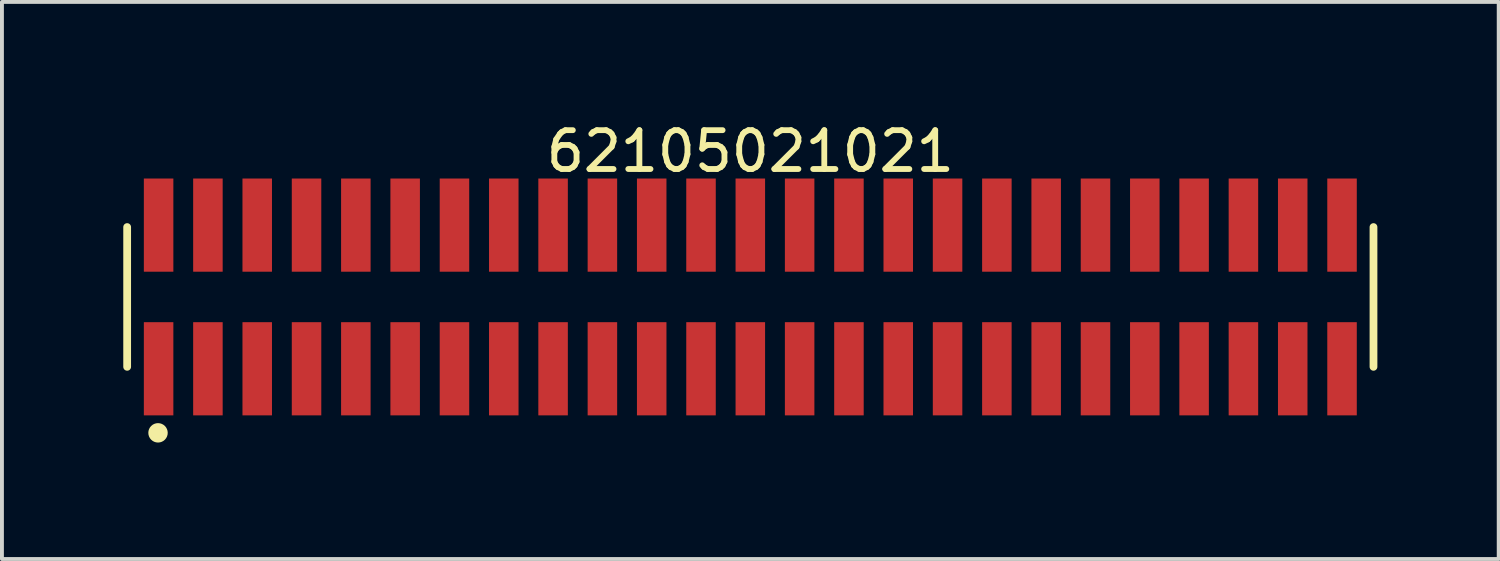
<source format=kicad_pcb>
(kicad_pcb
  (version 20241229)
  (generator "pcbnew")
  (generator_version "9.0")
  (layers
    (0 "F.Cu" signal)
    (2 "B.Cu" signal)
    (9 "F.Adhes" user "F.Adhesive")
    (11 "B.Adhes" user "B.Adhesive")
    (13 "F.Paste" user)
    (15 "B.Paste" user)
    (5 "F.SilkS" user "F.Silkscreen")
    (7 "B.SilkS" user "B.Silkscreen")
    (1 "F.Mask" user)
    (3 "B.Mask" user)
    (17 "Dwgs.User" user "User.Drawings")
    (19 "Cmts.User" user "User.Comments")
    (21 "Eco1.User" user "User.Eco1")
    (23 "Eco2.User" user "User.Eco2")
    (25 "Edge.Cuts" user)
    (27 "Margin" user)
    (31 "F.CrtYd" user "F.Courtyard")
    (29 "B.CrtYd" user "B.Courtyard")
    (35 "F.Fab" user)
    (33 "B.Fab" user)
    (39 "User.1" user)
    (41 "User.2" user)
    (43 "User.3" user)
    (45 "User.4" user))
  (footprint "62105021021"
    (layer "F.Cu")
    (at 16.275 4.598)
    (property "Reference" "62105021021" (at 0 -3.75 0) (layer "F.SilkS") (effects (font (size 1 1) (thickness 0.15))))
    (fp_line (start -16.05 1.8) (end -16.05 -1.8) (stroke (width 0.2) (type solid)) (layer "F.SilkS"))
    (fp_line (start 16.05 1.8) (end 16.05 -1.8) (stroke (width 0.2) (type solid)) (layer "F.SilkS"))
    (fp_circle (center -15.255 3.5) (end -15.255 3.375) (stroke (width 0.25) (type solid)) (fill no) (layer "F.SilkS"))
    (fp_line (start -16.25 -3.25) (end 16.25 -3.25) (stroke (width 0.05) (type solid)) (layer "Eco2.User"))
    (fp_line (start -16.25 3.25) (end -16.25 -3.25) (stroke (width 0.05) (type solid)) (layer "Eco2.User"))
    (fp_line (start -16.25 3.25) (end 16.25 3.25) (stroke (width 0.05) (type solid)) (layer "Eco2.User"))
    (fp_line (start -15.875 -1.7) (end 15.875 -1.7) (stroke (width 0.1) (type solid)) (layer "Eco2.User"))
    (fp_line (start -15.875 1.7) (end -15.875 -1.7) (stroke (width 0.1) (type solid)) (layer "Eco2.User"))
    (fp_line (start -15.875 1.7) (end 15.875 1.7) (stroke (width 0.1) (type solid)) (layer "Eco2.User"))
    (fp_line (start -15.44 -2.5) (end -15.04 -2.5) (stroke (width 0.1) (type solid)) (layer "Eco2.User"))
    (fp_line (start -15.44 -1.7) (end -15.44 -2.5) (stroke (width 0.1) (type solid)) (layer "Eco2.User"))
    (fp_line (start -15.44 2.5) (end -15.44 1.7) (stroke (width 0.1) (type solid)) (layer "Eco2.User"))
    (fp_line (start -15.44 2.5) (end -15.04 2.5) (stroke (width 0.1) (type solid)) (layer "Eco2.User"))
    (fp_line (start -15.04 -1.7) (end -15.04 -2.5) (stroke (width 0.1) (type solid)) (layer "Eco2.User"))
    (fp_line (start -15.04 2.5) (end -15.04 1.7) (stroke (width 0.1) (type solid)) (layer "Eco2.User"))
    (fp_line (start -14.17 -2.5) (end -13.77 -2.5) (stroke (width 0.1) (type solid)) (layer "Eco2.User"))
    (fp_line (start -14.17 -1.7) (end -14.17 -2.5) (stroke (width 0.1) (type solid)) (layer "Eco2.User"))
    (fp_line (start -14.17 2.5) (end -14.17 1.7) (stroke (width 0.1) (type solid)) (layer "Eco2.User"))
    (fp_line (start -14.17 2.5) (end -13.77 2.5) (stroke (width 0.1) (type solid)) (layer "Eco2.User"))
    (fp_line (start -13.77 -1.7) (end -13.77 -2.5) (stroke (width 0.1) (type solid)) (layer "Eco2.User"))
    (fp_line (start -13.77 2.5) (end -13.77 1.7) (stroke (width 0.1) (type solid)) (layer "Eco2.User"))
    (fp_line (start -12.9 -2.5) (end -12.5 -2.5) (stroke (width 0.1) (type solid)) (layer "Eco2.User"))
    (fp_line (start -12.9 -1.7) (end -12.9 -2.5) (stroke (width 0.1) (type solid)) (layer "Eco2.User"))
    (fp_line (start -12.9 2.5) (end -12.9 1.7) (stroke (width 0.1) (type solid)) (layer "Eco2.User"))
    (fp_line (start -12.9 2.5) (end -12.5 2.5) (stroke (width 0.1) (type solid)) (layer "Eco2.User"))
    (fp_line (start -12.5 -1.7) (end -12.5 -2.5) (stroke (width 0.1) (type solid)) (layer "Eco2.User"))
    (fp_line (start -12.5 2.5) (end -12.5 1.7) (stroke (width 0.1) (type solid)) (layer "Eco2.User"))
    (fp_line (start -11.63 -2.5) (end -11.23 -2.5) (stroke (width 0.1) (type solid)) (layer "Eco2.User"))
    (fp_line (start -11.63 -1.7) (end -11.63 -2.5) (stroke (width 0.1) (type solid)) (layer "Eco2.User"))
    (fp_line (start -11.63 2.5) (end -11.63 1.7) (stroke (width 0.1) (type solid)) (layer "Eco2.User"))
    (fp_line (start -11.63 2.5) (end -11.23 2.5) (stroke (width 0.1) (type solid)) (layer "Eco2.User"))
    (fp_line (start -11.23 -1.7) (end -11.23 -2.5) (stroke (width 0.1) (type solid)) (layer "Eco2.User"))
    (fp_line (start -11.23 2.5) (end -11.23 1.7) (stroke (width 0.1) (type solid)) (layer "Eco2.User"))
    (fp_line (start -10.36 -2.5) (end -9.96 -2.5) (stroke (width 0.1) (type solid)) (layer "Eco2.User"))
    (fp_line (start -10.36 -1.7) (end -10.36 -2.5) (stroke (width 0.1) (type solid)) (layer "Eco2.User"))
    (fp_line (start -10.36 2.5) (end -10.36 1.7) (stroke (width 0.1) (type solid)) (layer "Eco2.User"))
    (fp_line (start -10.36 2.5) (end -9.96 2.5) (stroke (width 0.1) (type solid)) (layer "Eco2.User"))
    (fp_line (start -9.96 -1.7) (end -9.96 -2.5) (stroke (width 0.1) (type solid)) (layer "Eco2.User"))
    (fp_line (start -9.96 2.5) (end -9.96 1.7) (stroke (width 0.1) (type solid)) (layer "Eco2.User"))
    (fp_line (start -9.09 -2.5) (end -8.69 -2.5) (stroke (width 0.1) (type solid)) (layer "Eco2.User"))
    (fp_line (start -9.09 -1.7) (end -9.09 -2.5) (stroke (width 0.1) (type solid)) (layer "Eco2.User"))
    (fp_line (start -9.09 2.5) (end -9.09 1.7) (stroke (width 0.1) (type solid)) (layer "Eco2.User"))
    (fp_line (start -9.09 2.5) (end -8.69 2.5) (stroke (width 0.1) (type solid)) (layer "Eco2.User"))
    (fp_line (start -8.69 -1.7) (end -8.69 -2.5) (stroke (width 0.1) (type solid)) (layer "Eco2.User"))
    (fp_line (start -8.69 2.5) (end -8.69 1.7) (stroke (width 0.1) (type solid)) (layer "Eco2.User"))
    (fp_line (start -7.82 -2.5) (end -7.42 -2.5) (stroke (width 0.1) (type solid)) (layer "Eco2.User"))
    (fp_line (start -7.82 -1.7) (end -7.82 -2.5) (stroke (width 0.1) (type solid)) (layer "Eco2.User"))
    (fp_line (start -7.82 2.5) (end -7.82 1.7) (stroke (width 0.1) (type solid)) (layer "Eco2.User"))
    (fp_line (start -7.82 2.5) (end -7.42 2.5) (stroke (width 0.1) (type solid)) (layer "Eco2.User"))
    (fp_line (start -7.42 -1.7) (end -7.42 -2.5) (stroke (width 0.1) (type solid)) (layer "Eco2.User"))
    (fp_line (start -7.42 2.5) (end -7.42 1.7) (stroke (width 0.1) (type solid)) (layer "Eco2.User"))
    (fp_line (start -6.55 -2.5) (end -6.15 -2.5) (stroke (width 0.1) (type solid)) (layer "Eco2.User"))
    (fp_line (start -6.55 -1.7) (end -6.55 -2.5) (stroke (width 0.1) (type solid)) (layer "Eco2.User"))
    (fp_line (start -6.55 2.5) (end -6.55 1.7) (stroke (width 0.1) (type solid)) (layer "Eco2.User"))
    (fp_line (start -6.55 2.5) (end -6.15 2.5) (stroke (width 0.1) (type solid)) (layer "Eco2.User"))
    (fp_line (start -6.15 -1.7) (end -6.15 -2.5) (stroke (width 0.1) (type solid)) (layer "Eco2.User"))
    (fp_line (start -6.15 2.5) (end -6.15 1.7) (stroke (width 0.1) (type solid)) (layer "Eco2.User"))
    (fp_line (start -5.28 -2.5) (end -4.88 -2.5) (stroke (width 0.1) (type solid)) (layer "Eco2.User"))
    (fp_line (start -5.28 -1.7) (end -5.28 -2.5) (stroke (width 0.1) (type solid)) (layer "Eco2.User"))
    (fp_line (start -5.28 2.5) (end -5.28 1.7) (stroke (width 0.1) (type solid)) (layer "Eco2.User"))
    (fp_line (start -5.28 2.5) (end -4.88 2.5) (stroke (width 0.1) (type solid)) (layer "Eco2.User"))
    (fp_line (start -4.88 -1.7) (end -4.88 -2.5) (stroke (width 0.1) (type solid)) (layer "Eco2.User"))
    (fp_line (start -4.88 2.5) (end -4.88 1.7) (stroke (width 0.1) (type solid)) (layer "Eco2.User"))
    (fp_line (start -4.01 -2.5) (end -3.61 -2.5) (stroke (width 0.1) (type solid)) (layer "Eco2.User"))
    (fp_line (start -4.01 -1.7) (end -4.01 -2.5) (stroke (width 0.1) (type solid)) (layer "Eco2.User"))
    (fp_line (start -4.01 2.5) (end -4.01 1.7) (stroke (width 0.1) (type solid)) (layer "Eco2.User"))
    (fp_line (start -4.01 2.5) (end -3.61 2.5) (stroke (width 0.1) (type solid)) (layer "Eco2.User"))
    (fp_line (start -3.61 -1.7) (end -3.61 -2.5) (stroke (width 0.1) (type solid)) (layer "Eco2.User"))
    (fp_line (start -3.61 2.5) (end -3.61 1.7) (stroke (width 0.1) (type solid)) (layer "Eco2.User"))
    (fp_line (start -2.74 -2.5) (end -2.34 -2.5) (stroke (width 0.1) (type solid)) (layer "Eco2.User"))
    (fp_line (start -2.74 -1.7) (end -2.74 -2.5) (stroke (width 0.1) (type solid)) (layer "Eco2.User"))
    (fp_line (start -2.74 2.5) (end -2.74 1.7) (stroke (width 0.1) (type solid)) (layer "Eco2.User"))
    (fp_line (start -2.74 2.5) (end -2.34 2.5) (stroke (width 0.1) (type solid)) (layer "Eco2.User"))
    (fp_line (start -2.34 -1.7) (end -2.34 -2.5) (stroke (width 0.1) (type solid)) (layer "Eco2.User"))
    (fp_line (start -2.34 2.5) (end -2.34 1.7) (stroke (width 0.1) (type solid)) (layer "Eco2.User"))
    (fp_line (start -1.47 -2.5) (end -1.07 -2.5) (stroke (width 0.1) (type solid)) (layer "Eco2.User"))
    (fp_line (start -1.47 -1.7) (end -1.47 -2.5) (stroke (width 0.1) (type solid)) (layer "Eco2.User"))
    (fp_line (start -1.47 2.5) (end -1.47 1.7) (stroke (width 0.1) (type solid)) (layer "Eco2.User"))
    (fp_line (start -1.47 2.5) (end -1.07 2.5) (stroke (width 0.1) (type solid)) (layer "Eco2.User"))
    (fp_line (start -1.07 -1.7) (end -1.07 -2.5) (stroke (width 0.1) (type solid)) (layer "Eco2.User"))
    (fp_line (start -1.07 2.5) (end -1.07 1.7) (stroke (width 0.1) (type solid)) (layer "Eco2.User"))
    (fp_line (start -0.5 0) (end 0.5 0) (stroke (width 0.05) (type solid)) (layer "Eco2.User"))
    (fp_line (start -0.2 -2.5) (end 0.2 -2.5) (stroke (width 0.1) (type solid)) (layer "Eco2.User"))
    (fp_line (start -0.2 -1.7) (end -0.2 -2.5) (stroke (width 0.1) (type solid)) (layer "Eco2.User"))
    (fp_line (start -0.2 2.5) (end -0.2 1.7) (stroke (width 0.1) (type solid)) (layer "Eco2.User"))
    (fp_line (start -0.2 2.5) (end 0.2 2.5) (stroke (width 0.1) (type solid)) (layer "Eco2.User"))
    (fp_line (start 0 0.5) (end 0 -0.5) (stroke (width 0.05) (type solid)) (layer "Eco2.User"))
    (fp_line (start 0.2 -1.7) (end 0.2 -2.5) (stroke (width 0.1) (type solid)) (layer "Eco2.User"))
    (fp_line (start 0.2 2.5) (end 0.2 1.7) (stroke (width 0.1) (type solid)) (layer "Eco2.User"))
    (fp_line (start 1.07 -2.5) (end 1.47 -2.5) (stroke (width 0.1) (type solid)) (layer "Eco2.User"))
    (fp_line (start 1.07 -1.7) (end 1.07 -2.5) (stroke (width 0.1) (type solid)) (layer "Eco2.User"))
    (fp_line (start 1.07 2.5) (end 1.07 1.7) (stroke (width 0.1) (type solid)) (layer "Eco2.User"))
    (fp_line (start 1.07 2.5) (end 1.47 2.5) (stroke (width 0.1) (type solid)) (layer "Eco2.User"))
    (fp_line (start 1.47 -1.7) (end 1.47 -2.5) (stroke (width 0.1) (type solid)) (layer "Eco2.User"))
    (fp_line (start 1.47 2.5) (end 1.47 1.7) (stroke (width 0.1) (type solid)) (layer "Eco2.User"))
    (fp_line (start 2.34 -2.5) (end 2.74 -2.5) (stroke (width 0.1) (type solid)) (layer "Eco2.User"))
    (fp_line (start 2.34 -1.7) (end 2.34 -2.5) (stroke (width 0.1) (type solid)) (layer "Eco2.User"))
    (fp_line (start 2.34 2.5) (end 2.34 1.7) (stroke (width 0.1) (type solid)) (layer "Eco2.User"))
    (fp_line (start 2.34 2.5) (end 2.74 2.5) (stroke (width 0.1) (type solid)) (layer "Eco2.User"))
    (fp_line (start 2.74 -1.7) (end 2.74 -2.5) (stroke (width 0.1) (type solid)) (layer "Eco2.User"))
    (fp_line (start 2.74 2.5) (end 2.74 1.7) (stroke (width 0.1) (type solid)) (layer "Eco2.User"))
    (fp_line (start 3.61 -2.5) (end 4.01 -2.5) (stroke (width 0.1) (type solid)) (layer "Eco2.User"))
    (fp_line (start 3.61 -1.7) (end 3.61 -2.5) (stroke (width 0.1) (type solid)) (layer "Eco2.User"))
    (fp_line (start 3.61 2.5) (end 3.61 1.7) (stroke (width 0.1) (type solid)) (layer "Eco2.User"))
    (fp_line (start 3.61 2.5) (end 4.01 2.5) (stroke (width 0.1) (type solid)) (layer "Eco2.User"))
    (fp_line (start 4.01 -1.7) (end 4.01 -2.5) (stroke (width 0.1) (type solid)) (layer "Eco2.User"))
    (fp_line (start 4.01 2.5) (end 4.01 1.7) (stroke (width 0.1) (type solid)) (layer "Eco2.User"))
    (fp_line (start 4.88 -2.5) (end 5.28 -2.5) (stroke (width 0.1) (type solid)) (layer "Eco2.User"))
    (fp_line (start 4.88 -1.7) (end 4.88 -2.5) (stroke (width 0.1) (type solid)) (layer "Eco2.User"))
    (fp_line (start 4.88 2.5) (end 4.88 1.7) (stroke (width 0.1) (type solid)) (layer "Eco2.User"))
    (fp_line (start 4.88 2.5) (end 5.28 2.5) (stroke (width 0.1) (type solid)) (layer "Eco2.User"))
    (fp_line (start 5.28 -1.7) (end 5.28 -2.5) (stroke (width 0.1) (type solid)) (layer "Eco2.User"))
    (fp_line (start 5.28 2.5) (end 5.28 1.7) (stroke (width 0.1) (type solid)) (layer "Eco2.User"))
    (fp_line (start 6.15 -2.5) (end 6.55 -2.5) (stroke (width 0.1) (type solid)) (layer "Eco2.User"))
    (fp_line (start 6.15 -1.7) (end 6.15 -2.5) (stroke (width 0.1) (type solid)) (layer "Eco2.User"))
    (fp_line (start 6.15 2.5) (end 6.15 1.7) (stroke (width 0.1) (type solid)) (layer "Eco2.User"))
    (fp_line (start 6.15 2.5) (end 6.55 2.5) (stroke (width 0.1) (type solid)) (layer "Eco2.User"))
    (fp_line (start 6.55 -1.7) (end 6.55 -2.5) (stroke (width 0.1) (type solid)) (layer "Eco2.User"))
    (fp_line (start 6.55 2.5) (end 6.55 1.7) (stroke (width 0.1) (type solid)) (layer "Eco2.User"))
    (fp_line (start 7.42 -2.5) (end 7.82 -2.5) (stroke (width 0.1) (type solid)) (layer "Eco2.User"))
    (fp_line (start 7.42 -1.7) (end 7.42 -2.5) (stroke (width 0.1) (type solid)) (layer "Eco2.User"))
    (fp_line (start 7.42 2.5) (end 7.42 1.7) (stroke (width 0.1) (type solid)) (layer "Eco2.User"))
    (fp_line (start 7.42 2.5) (end 7.82 2.5) (stroke (width 0.1) (type solid)) (layer "Eco2.User"))
    (fp_line (start 7.82 -1.7) (end 7.82 -2.5) (stroke (width 0.1) (type solid)) (layer "Eco2.User"))
    (fp_line (start 7.82 2.5) (end 7.82 1.7) (stroke (width 0.1) (type solid)) (layer "Eco2.User"))
    (fp_line (start 8.69 -2.5) (end 9.09 -2.5) (stroke (width 0.1) (type solid)) (layer "Eco2.User"))
    (fp_line (start 8.69 -1.7) (end 8.69 -2.5) (stroke (width 0.1) (type solid)) (layer "Eco2.User"))
    (fp_line (start 8.69 2.5) (end 8.69 1.7) (stroke (width 0.1) (type solid)) (layer "Eco2.User"))
    (fp_line (start 8.69 2.5) (end 9.09 2.5) (stroke (width 0.1) (type solid)) (layer "Eco2.User"))
    (fp_line (start 9.09 -1.7) (end 9.09 -2.5) (stroke (width 0.1) (type solid)) (layer "Eco2.User"))
    (fp_line (start 9.09 2.5) (end 9.09 1.7) (stroke (width 0.1) (type solid)) (layer "Eco2.User"))
    (fp_line (start 9.96 -2.5) (end 10.36 -2.5) (stroke (width 0.1) (type solid)) (layer "Eco2.User"))
    (fp_line (start 9.96 -1.7) (end 9.96 -2.5) (stroke (width 0.1) (type solid)) (layer "Eco2.User"))
    (fp_line (start 9.96 2.5) (end 9.96 1.7) (stroke (width 0.1) (type solid)) (layer "Eco2.User"))
    (fp_line (start 9.96 2.5) (end 10.36 2.5) (stroke (width 0.1) (type solid)) (layer "Eco2.User"))
    (fp_line (start 10.36 -1.7) (end 10.36 -2.5) (stroke (width 0.1) (type solid)) (layer "Eco2.User"))
    (fp_line (start 10.36 2.5) (end 10.36 1.7) (stroke (width 0.1) (type solid)) (layer "Eco2.User"))
    (fp_line (start 11.23 -2.5) (end 11.63 -2.5) (stroke (width 0.1) (type solid)) (layer "Eco2.User"))
    (fp_line (start 11.23 -1.7) (end 11.23 -2.5) (stroke (width 0.1) (type solid)) (layer "Eco2.User"))
    (fp_line (start 11.23 2.5) (end 11.23 1.7) (stroke (width 0.1) (type solid)) (layer "Eco2.User"))
    (fp_line (start 11.23 2.5) (end 11.63 2.5) (stroke (width 0.1) (type solid)) (layer "Eco2.User"))
    (fp_line (start 11.63 -1.7) (end 11.63 -2.5) (stroke (width 0.1) (type solid)) (layer "Eco2.User"))
    (fp_line (start 11.63 2.5) (end 11.63 1.7) (stroke (width 0.1) (type solid)) (layer "Eco2.User"))
    (fp_line (start 12.5 -2.5) (end 12.9 -2.5) (stroke (width 0.1) (type solid)) (layer "Eco2.User"))
    (fp_line (start 12.5 -1.7) (end 12.5 -2.5) (stroke (width 0.1) (type solid)) (layer "Eco2.User"))
    (fp_line (start 12.5 2.5) (end 12.5 1.7) (stroke (width 0.1) (type solid)) (layer "Eco2.User"))
    (fp_line (start 12.5 2.5) (end 12.9 2.5) (stroke (width 0.1) (type solid)) (layer "Eco2.User"))
    (fp_line (start 12.9 -1.7) (end 12.9 -2.5) (stroke (width 0.1) (type solid)) (layer "Eco2.User"))
    (fp_line (start 12.9 2.5) (end 12.9 1.7) (stroke (width 0.1) (type solid)) (layer "Eco2.User"))
    (fp_line (start 13.77 -2.5) (end 14.17 -2.5) (stroke (width 0.1) (type solid)) (layer "Eco2.User"))
    (fp_line (start 13.77 -1.7) (end 13.77 -2.5) (stroke (width 0.1) (type solid)) (layer "Eco2.User"))
    (fp_line (start 13.77 2.5) (end 13.77 1.7) (stroke (width 0.1) (type solid)) (layer "Eco2.User"))
    (fp_line (start 13.77 2.5) (end 14.17 2.5) (stroke (width 0.1) (type solid)) (layer "Eco2.User"))
    (fp_line (start 14.17 -1.7) (end 14.17 -2.5) (stroke (width 0.1) (type solid)) (layer "Eco2.User"))
    (fp_line (start 14.17 2.5) (end 14.17 1.7) (stroke (width 0.1) (type solid)) (layer "Eco2.User"))
    (fp_line (start 15.04 -2.5) (end 15.44 -2.5) (stroke (width 0.1) (type solid)) (layer "Eco2.User"))
    (fp_line (start 15.04 -1.7) (end 15.04 -2.5) (stroke (width 0.1) (type solid)) (layer "Eco2.User"))
    (fp_line (start 15.04 2.5) (end 15.04 1.7) (stroke (width 0.1) (type solid)) (layer "Eco2.User"))
    (fp_line (start 15.04 2.5) (end 15.44 2.5) (stroke (width 0.1) (type solid)) (layer "Eco2.User"))
    (fp_line (start 15.44 -1.7) (end 15.44 -2.5) (stroke (width 0.1) (type solid)) (layer "Eco2.User"))
    (fp_line (start 15.44 2.5) (end 15.44 1.7) (stroke (width 0.1) (type solid)) (layer "Eco2.User"))
    (fp_line (start 15.875 1.7) (end 15.875 -1.7) (stroke (width 0.1) (type solid)) (layer "Eco2.User"))
    (fp_line (start 16.25 3.25) (end 16.25 -3.25) (stroke (width 0.05) (type solid)) (layer "Eco2.User"))
    (fp_text user "${REFERENCE}" (at 0.07 -0.092 0) (unlocked yes) (layer "User.3") (effects (font (size 0.7 0.7) (thickness 0.07))))
    (pad "1" smd rect (at -15.24 1.85) (size 0.76 2.4) (layers "F.Cu" "F.Mask" "F.Paste"))
    (pad "2" smd rect (at -15.24 -1.85) (size 0.76 2.4) (layers "F.Cu" "F.Mask" "F.Paste"))
    (pad "3" smd rect (at -13.97 1.85) (size 0.76 2.4) (layers "F.Cu" "F.Mask" "F.Paste"))
    (pad "4" smd rect (at -13.97 -1.85) (size 0.76 2.4) (layers "F.Cu" "F.Mask" "F.Paste"))
    (pad "5" smd rect (at -12.7 1.85) (size 0.76 2.4) (layers "F.Cu" "F.Mask" "F.Paste"))
    (pad "6" smd rect (at -12.7 -1.85) (size 0.76 2.4) (layers "F.Cu" "F.Mask" "F.Paste"))
    (pad "7" smd rect (at -11.43 1.85) (size 0.76 2.4) (layers "F.Cu" "F.Mask" "F.Paste"))
    (pad "8" smd rect (at -11.43 -1.85) (size 0.76 2.4) (layers "F.Cu" "F.Mask" "F.Paste"))
    (pad "9" smd rect (at -10.16 1.85) (size 0.76 2.4) (layers "F.Cu" "F.Mask" "F.Paste"))
    (pad "10" smd rect (at -10.16 -1.85) (size 0.76 2.4) (layers "F.Cu" "F.Mask" "F.Paste"))
    (pad "11" smd rect (at -8.89 1.85) (size 0.76 2.4) (layers "F.Cu" "F.Mask" "F.Paste"))
    (pad "12" smd rect (at -8.89 -1.85) (size 0.76 2.4) (layers "F.Cu" "F.Mask" "F.Paste"))
    (pad "13" smd rect (at -7.62 1.85) (size 0.76 2.4) (layers "F.Cu" "F.Mask" "F.Paste"))
    (pad "14" smd rect (at -7.62 -1.85) (size 0.76 2.4) (layers "F.Cu" "F.Mask" "F.Paste"))
    (pad "15" smd rect (at -6.35 1.85) (size 0.76 2.4) (layers "F.Cu" "F.Mask" "F.Paste"))
    (pad "16" smd rect (at -6.35 -1.85) (size 0.76 2.4) (layers "F.Cu" "F.Mask" "F.Paste"))
    (pad "17" smd rect (at -5.08 1.85) (size 0.76 2.4) (layers "F.Cu" "F.Mask" "F.Paste"))
    (pad "18" smd rect (at -5.08 -1.85) (size 0.76 2.4) (layers "F.Cu" "F.Mask" "F.Paste"))
    (pad "19" smd rect (at -3.81 1.85) (size 0.76 2.4) (layers "F.Cu" "F.Mask" "F.Paste"))
    (pad "20" smd rect (at -3.81 -1.85) (size 0.76 2.4) (layers "F.Cu" "F.Mask" "F.Paste"))
    (pad "21" smd rect (at -2.54 1.85) (size 0.76 2.4) (layers "F.Cu" "F.Mask" "F.Paste"))
    (pad "22" smd rect (at -2.54 -1.85) (size 0.76 2.4) (layers "F.Cu" "F.Mask" "F.Paste"))
    (pad "23" smd rect (at -1.27 1.85) (size 0.76 2.4) (layers "F.Cu" "F.Mask" "F.Paste"))
    (pad "24" smd rect (at -1.27 -1.85) (size 0.76 2.4) (layers "F.Cu" "F.Mask" "F.Paste"))
    (pad "25" smd rect (at 0 1.85) (size 0.76 2.4) (layers "F.Cu" "F.Mask" "F.Paste"))
    (pad "26" smd rect (at 0 -1.85) (size 0.76 2.4) (layers "F.Cu" "F.Mask" "F.Paste"))
    (pad "27" smd rect (at 1.27 1.85) (size 0.76 2.4) (layers "F.Cu" "F.Mask" "F.Paste"))
    (pad "28" smd rect (at 1.27 -1.85) (size 0.76 2.4) (layers "F.Cu" "F.Mask" "F.Paste"))
    (pad "29" smd rect (at 2.54 1.85) (size 0.76 2.4) (layers "F.Cu" "F.Mask" "F.Paste"))
    (pad "30" smd rect (at 2.54 -1.85) (size 0.76 2.4) (layers "F.Cu" "F.Mask" "F.Paste"))
    (pad "31" smd rect (at 3.81 1.85) (size 0.76 2.4) (layers "F.Cu" "F.Mask" "F.Paste"))
    (pad "32" smd rect (at 3.81 -1.85) (size 0.76 2.4) (layers "F.Cu" "F.Mask" "F.Paste"))
    (pad "33" smd rect (at 5.08 1.85) (size 0.76 2.4) (layers "F.Cu" "F.Mask" "F.Paste"))
    (pad "34" smd rect (at 5.08 -1.85) (size 0.76 2.4) (layers "F.Cu" "F.Mask" "F.Paste"))
    (pad "35" smd rect (at 6.35 1.85) (size 0.76 2.4) (layers "F.Cu" "F.Mask" "F.Paste"))
    (pad "36" smd rect (at 6.35 -1.85) (size 0.76 2.4) (layers "F.Cu" "F.Mask" "F.Paste"))
    (pad "37" smd rect (at 7.62 1.85) (size 0.76 2.4) (layers "F.Cu" "F.Mask" "F.Paste"))
    (pad "38" smd rect (at 7.62 -1.85) (size 0.76 2.4) (layers "F.Cu" "F.Mask" "F.Paste"))
    (pad "39" smd rect (at 8.89 1.85) (size 0.76 2.4) (layers "F.Cu" "F.Mask" "F.Paste"))
    (pad "40" smd rect (at 8.89 -1.85) (size 0.76 2.4) (layers "F.Cu" "F.Mask" "F.Paste"))
    (pad "41" smd rect (at 10.16 1.85) (size 0.76 2.4) (layers "F.Cu" "F.Mask" "F.Paste"))
    (pad "42" smd rect (at 10.16 -1.85) (size 0.76 2.4) (layers "F.Cu" "F.Mask" "F.Paste"))
    (pad "43" smd rect (at 11.43 1.85) (size 0.76 2.4) (layers "F.Cu" "F.Mask" "F.Paste"))
    (pad "44" smd rect (at 11.43 -1.85) (size 0.76 2.4) (layers "F.Cu" "F.Mask" "F.Paste"))
    (pad "45" smd rect (at 12.7 1.85) (size 0.76 2.4) (layers "F.Cu" "F.Mask" "F.Paste"))
    (pad "46" smd rect (at 12.7 -1.85) (size 0.76 2.4) (layers "F.Cu" "F.Mask" "F.Paste"))
    (pad "47" smd rect (at 13.97 1.85) (size 0.76 2.4) (layers "F.Cu" "F.Mask" "F.Paste"))
    (pad "48" smd rect (at 13.97 -1.85) (size 0.76 2.4) (layers "F.Cu" "F.Mask" "F.Paste"))
    (pad "49" smd rect (at 15.24 1.85) (size 0.76 2.4) (layers "F.Cu" "F.Mask" "F.Paste"))
    (pad "50" smd rect (at 15.24 -1.85) (size 0.76 2.4) (layers "F.Cu" "F.Mask" "F.Paste")))
  (gr_rect
    (start -3 -3)
    (end 35.55 11.348)
    (stroke (width 0.1) (type default))
    (fill no)
    (layer "Edge.Cuts")))
</source>
